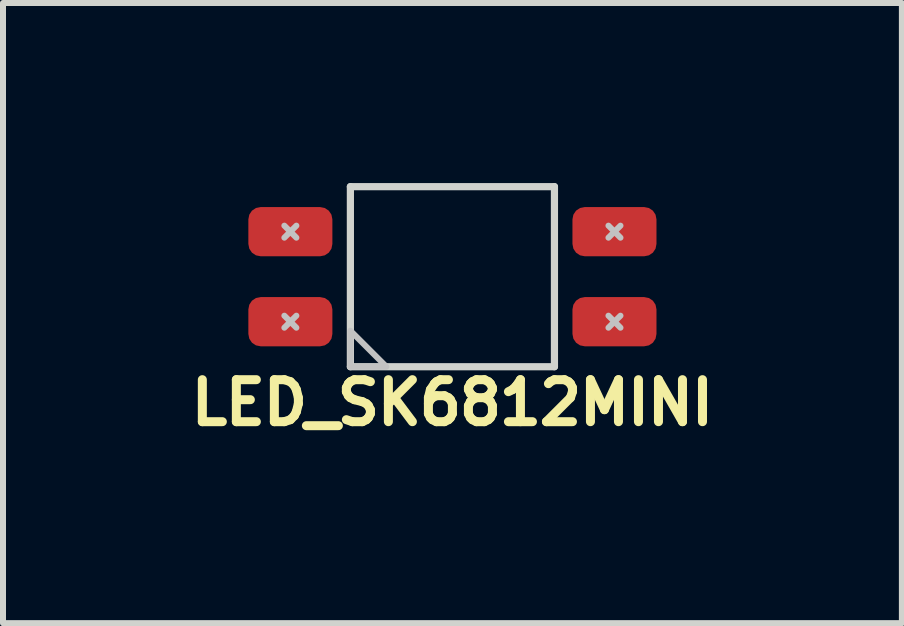
<source format=kicad_pcb>
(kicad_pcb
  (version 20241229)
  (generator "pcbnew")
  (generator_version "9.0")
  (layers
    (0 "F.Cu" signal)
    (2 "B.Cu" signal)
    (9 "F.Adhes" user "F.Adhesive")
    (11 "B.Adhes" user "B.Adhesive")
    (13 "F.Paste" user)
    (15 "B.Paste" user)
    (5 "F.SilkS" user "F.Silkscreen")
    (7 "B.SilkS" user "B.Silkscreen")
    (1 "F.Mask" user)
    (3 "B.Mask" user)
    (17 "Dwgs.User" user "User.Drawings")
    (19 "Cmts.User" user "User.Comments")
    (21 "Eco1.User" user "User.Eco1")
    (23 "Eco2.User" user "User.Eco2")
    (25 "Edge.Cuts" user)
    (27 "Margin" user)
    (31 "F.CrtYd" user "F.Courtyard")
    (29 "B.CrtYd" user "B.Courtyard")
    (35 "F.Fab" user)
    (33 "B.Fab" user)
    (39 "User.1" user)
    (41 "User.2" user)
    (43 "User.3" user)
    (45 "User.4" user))
  (footprint "LED_SK6812MINI"
    (layer "F.Cu")
    (at 4.488 1.56)
    (property "Reference" "LED_SK6812MINI" (at 0 2.1 0) (unlocked yes) (layer "F.SilkS") (effects (font (size 0.7 0.7) (thickness 0.15))))
    (attr through_hole)
    (fp_line (start -2.8 -0.65) (end -2.6 -0.85) (stroke (width 0.1) (type default)) (layer "Dwgs.User"))
    (fp_line (start -2.8 0.85) (end -2.6 0.65) (stroke (width 0.1) (type default)) (layer "Dwgs.User"))
    (fp_line (start -2.6 -0.65) (end -2.8 -0.85) (stroke (width 0.1) (type default)) (layer "Dwgs.User"))
    (fp_line (start -2.6 0.85) (end -2.8 0.65) (stroke (width 0.1) (type default)) (layer "Dwgs.User"))
    (fp_line (start 2.6 -0.65) (end 2.8 -0.85) (stroke (width 0.1) (type default)) (layer "Dwgs.User"))
    (fp_line (start 2.6 0.85) (end 2.8 0.65) (stroke (width 0.1) (type default)) (layer "Dwgs.User"))
    (fp_line (start 2.8 -0.65) (end 2.6 -0.85) (stroke (width 0.1) (type default)) (layer "Dwgs.User"))
    (fp_line (start 2.8 0.85) (end 2.6 0.65) (stroke (width 0.1) (type default)) (layer "Dwgs.User"))
    (fp_poly (pts (xy -1.1 1.5) (xy -1.7 1.5) (xy -1.7 0.9)) (stroke (width 0.1) (type solid)) (fill no) (layer "Dwgs.User"))
    (fp_line (start -1.7 -1.5) (end -1.7 1.5) (stroke (width 0.12) (type solid)) (layer "Edge.Cuts"))
    (fp_line (start -1.7 1.5) (end 1.7 1.5) (stroke (width 0.12) (type solid)) (layer "Edge.Cuts"))
    (fp_line (start 1.7 -1.5) (end -1.7 -1.5) (stroke (width 0.12) (type solid)) (layer "Edge.Cuts"))
    (fp_line (start 1.7 1.5) (end 1.7 -1.5) (stroke (width 0.12) (type solid)) (layer "Edge.Cuts"))
    (pad "1" smd roundrect (at 2.7 -0.75) (size 1.4 0.82) (layers "F.Cu" "F.Mask" "F.Paste") (roundrect_rratio 0.25))
    (pad "2" smd roundrect (at 2.7 0.75) (size 1.4 0.82) (layers "F.Cu" "F.Mask" "F.Paste") (roundrect_rratio 0.25))
    (pad "3" smd roundrect (at -2.7 0.75) (size 1.4 0.82) (layers "F.Cu" "F.Mask" "F.Paste") (roundrect_rratio 0.25))
    (pad "4" smd roundrect (at -2.7 -0.75) (size 1.4 0.82) (layers "F.Cu" "F.Mask" "F.Paste") (roundrect_rratio 0.25)))
  (gr_rect
    (start -3 -3)
    (end 11.977 7.333)
    (stroke (width 0.1) (type default))
    (fill no)
    (layer "Edge.Cuts")))
</source>
